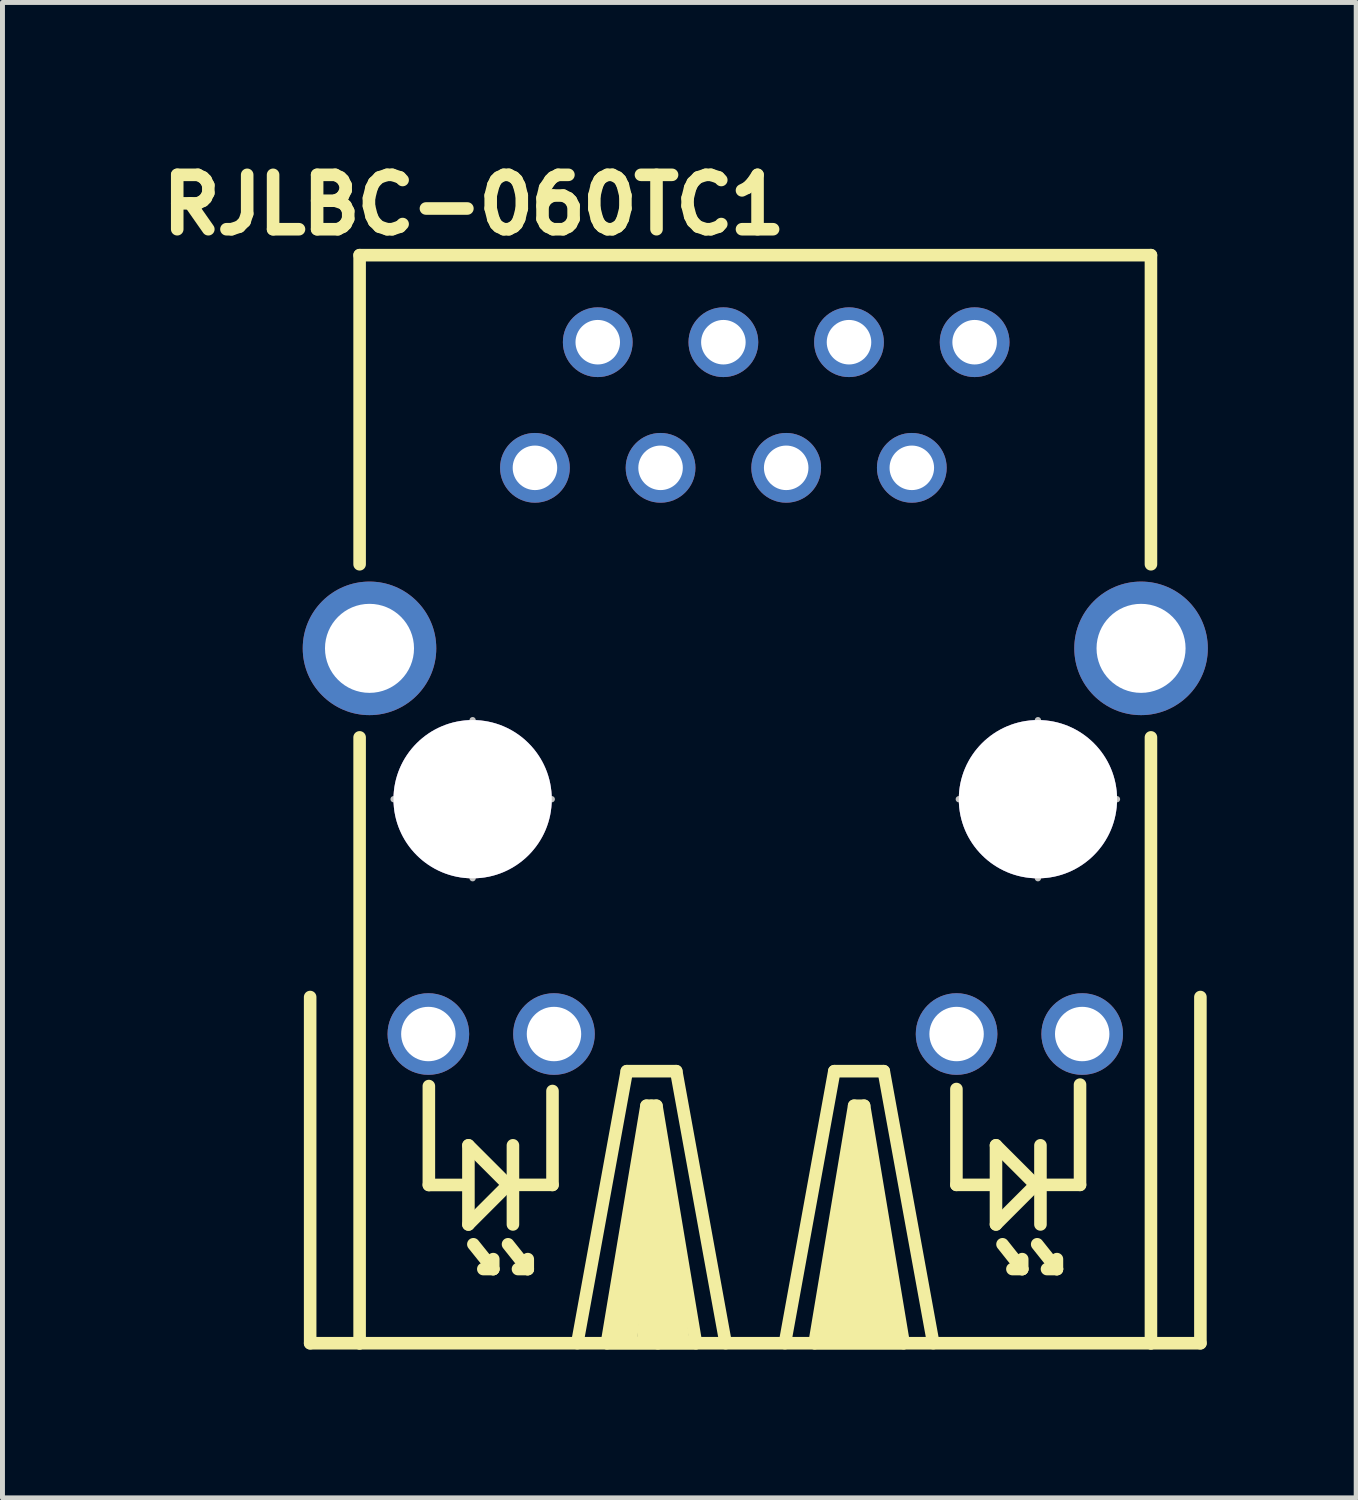
<source format=kicad_pcb>
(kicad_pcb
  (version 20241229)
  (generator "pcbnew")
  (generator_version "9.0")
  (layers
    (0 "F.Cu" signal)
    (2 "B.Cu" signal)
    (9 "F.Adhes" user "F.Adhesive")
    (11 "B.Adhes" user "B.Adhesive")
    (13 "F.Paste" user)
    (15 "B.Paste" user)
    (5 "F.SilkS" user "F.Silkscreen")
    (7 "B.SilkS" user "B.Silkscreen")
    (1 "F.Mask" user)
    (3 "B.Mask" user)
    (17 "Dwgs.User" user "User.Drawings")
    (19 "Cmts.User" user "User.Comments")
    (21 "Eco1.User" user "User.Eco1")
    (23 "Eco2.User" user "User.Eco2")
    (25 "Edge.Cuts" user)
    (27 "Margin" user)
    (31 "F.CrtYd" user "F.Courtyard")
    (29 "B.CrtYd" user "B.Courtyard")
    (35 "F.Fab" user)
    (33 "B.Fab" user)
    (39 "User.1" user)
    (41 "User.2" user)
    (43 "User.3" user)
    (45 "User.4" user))
  (footprint "RJLBC-060TC1"
    (layer "F.Cu")
    (at 12.221 13.109)
    (property "Reference" "RJLBC-060TC1" (at -5.69 -12.02 0) (layer "F.SilkS") (effects (font (size 1.1 1.1) (thickness 0.254))))
    (attr exclude_from_pos_files exclude_from_bom)
    (fp_line (start -9 11) (end -9 4) (stroke (width 0.254) (type solid)) (layer "F.SilkS"))
    (fp_line (start -8 -11) (end 8 -11) (stroke (width 0.254) (type solid)) (layer "F.SilkS"))
    (fp_line (start -8 -4.75) (end -8 -11) (stroke (width 0.254) (type solid)) (layer "F.SilkS"))
    (fp_line (start -8 11) (end -9 11) (stroke (width 0.254) (type solid)) (layer "F.SilkS"))
    (fp_line (start -8 11) (end -8 -1.25) (stroke (width 0.254) (type solid)) (layer "F.SilkS"))
    (fp_line (start -6.6 5.8) (end -6.6 7.8) (stroke (width 0.254) (type solid)) (layer "F.SilkS"))
    (fp_line (start -6.6 7.8) (end -5.9 7.8) (stroke (width 0.254) (type solid)) (layer "F.SilkS"))
    (fp_line (start -5.8 7) (end -5.8 8.6) (stroke (width 0.254) (type solid)) (layer "F.SilkS"))
    (fp_line (start -5.799 6.998) (end -4.999 7.798) (stroke (width 0.254) (type solid)) (layer "F.SilkS"))
    (fp_line (start -5.7 8.999) (end -5.298 9.5) (stroke (width 0.254) (type solid)) (layer "F.SilkS"))
    (fp_line (start -5.298 9.5) (end -5.499 9.5) (stroke (width 0.254) (type solid)) (layer "F.SilkS"))
    (fp_line (start -5.298 9.5) (end -5.298 9.299) (stroke (width 0.254) (type solid)) (layer "F.SilkS"))
    (fp_line (start -4.999 7.798) (end -5.799 8.598) (stroke (width 0.254) (type solid)) (layer "F.SilkS"))
    (fp_line (start -4.999 8.999) (end -4.6 9.5) (stroke (width 0.254) (type solid)) (layer "F.SilkS"))
    (fp_line (start -4.9 6.998) (end -4.9 8.598) (stroke (width 0.254) (type solid)) (layer "F.SilkS"))
    (fp_line (start -4.798 7.798) (end -4.1 7.798) (stroke (width 0.254) (type solid)) (layer "F.SilkS"))
    (fp_line (start -4.6 9.5) (end -4.798 9.5) (stroke (width 0.254) (type solid)) (layer "F.SilkS"))
    (fp_line (start -4.6 9.5) (end -4.6 9.299) (stroke (width 0.254) (type solid)) (layer "F.SilkS"))
    (fp_line (start -4.1 7.8) (end -4.1 5.9) (stroke (width 0.254) (type solid)) (layer "F.SilkS"))
    (fp_line (start -3.599 10.998) (end -2.598 5.499) (stroke (width 0.254) (type solid)) (layer "F.SilkS"))
    (fp_line (start -3 10.998) (end -2.2 6.198) (stroke (width 0.254) (type solid)) (layer "F.SilkS"))
    (fp_line (start -2.598 5.499) (end -1.598 5.499) (stroke (width 0.254) (type solid)) (layer "F.SilkS"))
    (fp_line (start -2.2 6.198) (end -1.999 6.198) (stroke (width 0.254) (type solid)) (layer "F.SilkS"))
    (fp_line (start -2.17 9.36) (end -1.97 11) (stroke (width 0.254) (type solid)) (layer "F.SilkS"))
    (fp_line (start -2.13 7.77) (end -1.77 10.98) (stroke (width 0.254) (type solid)) (layer "F.SilkS"))
    (fp_line (start -2.12 6.96) (end -1.56 10.99) (stroke (width 0.254) (type solid)) (layer "F.SilkS"))
    (fp_line (start -2.11 6.35) (end -2.76 10.98) (stroke (width 0.254) (type solid)) (layer "F.SilkS"))
    (fp_line (start -2.11 7.25) (end -2.52 10.98) (stroke (width 0.254) (type solid)) (layer "F.SilkS"))
    (fp_line (start -2.1 6.2) (end -1.45 10.99) (stroke (width 0.254) (type solid)) (layer "F.SilkS"))
    (fp_line (start -2.08 8.48) (end -2.27 10.99) (stroke (width 0.254) (type solid)) (layer "F.SilkS"))
    (fp_line (start -2 10.13) (end -2.14 10.94) (stroke (width 0.254) (type solid)) (layer "F.SilkS"))
    (fp_line (start -1.999 6.198) (end -1.199 10.998) (stroke (width 0.254) (type solid)) (layer "F.SilkS"))
    (fp_line (start -1.598 5.499) (end -0.599 10.998) (stroke (width 0.254) (type solid)) (layer "F.SilkS"))
    (fp_line (start -1.199 10.998) (end -3 10.998) (stroke (width 0.254) (type solid)) (layer "F.SilkS"))
    (fp_line (start 0.599 10.998) (end 1.598 5.499) (stroke (width 0.254) (type solid)) (layer "F.SilkS"))
    (fp_line (start 1.199 10.998) (end 1.999 6.198) (stroke (width 0.254) (type solid)) (layer "F.SilkS"))
    (fp_line (start 1.598 5.499) (end 2.598 5.499) (stroke (width 0.254) (type solid)) (layer "F.SilkS"))
    (fp_line (start 1.98 9.39) (end 2.26 10.97) (stroke (width 0.254) (type solid)) (layer "F.SilkS"))
    (fp_line (start 1.999 6.198) (end 2.2 6.198) (stroke (width 0.254) (type solid)) (layer "F.SilkS"))
    (fp_line (start 2.02 8.36) (end 2.42 10.93) (stroke (width 0.254) (type solid)) (layer "F.SilkS"))
    (fp_line (start 2.05 8.78) (end 1.9 10.96) (stroke (width 0.254) (type solid)) (layer "F.SilkS"))
    (fp_line (start 2.09 6.39) (end 2.81 10.99) (stroke (width 0.254) (type solid)) (layer "F.SilkS"))
    (fp_line (start 2.09 7.14) (end 2.61 10.87) (stroke (width 0.254) (type solid)) (layer "F.SilkS"))
    (fp_line (start 2.09 10.1) (end 2.09 10.97) (stroke (width 0.254) (type solid)) (layer "F.SilkS"))
    (fp_line (start 2.1 6.56) (end 1.43 10.98) (stroke (width 0.254) (type solid)) (layer "F.SilkS"))
    (fp_line (start 2.15 7.61) (end 1.67 10.97) (stroke (width 0.254) (type solid)) (layer "F.SilkS"))
    (fp_line (start 2.2 6.198) (end 3 10.998) (stroke (width 0.254) (type solid)) (layer "F.SilkS"))
    (fp_line (start 2.598 5.499) (end 3.599 10.998) (stroke (width 0.254) (type solid)) (layer "F.SilkS"))
    (fp_line (start 3 10.998) (end 1.199 10.998) (stroke (width 0.254) (type solid)) (layer "F.SilkS"))
    (fp_line (start 4.067 7.798) (end 4.067 5.86) (stroke (width 0.254) (type solid)) (layer "F.SilkS"))
    (fp_line (start 4.768 7.798) (end 4.067 7.798) (stroke (width 0.254) (type solid)) (layer "F.SilkS"))
    (fp_line (start 4.867 8.598) (end 4.867 6.998) (stroke (width 0.254) (type solid)) (layer "F.SilkS"))
    (fp_line (start 4.867 8.598) (end 5.667 7.798) (stroke (width 0.254) (type solid)) (layer "F.SilkS"))
    (fp_line (start 4.999 8.999) (end 5.397 9.5) (stroke (width 0.254) (type solid)) (layer "F.SilkS"))
    (fp_line (start 5.397 9.5) (end 5.199 9.5) (stroke (width 0.254) (type solid)) (layer "F.SilkS"))
    (fp_line (start 5.397 9.5) (end 5.397 9.299) (stroke (width 0.254) (type solid)) (layer "F.SilkS"))
    (fp_line (start 5.667 7.798) (end 4.867 6.998) (stroke (width 0.254) (type solid)) (layer "F.SilkS"))
    (fp_line (start 5.7 8.999) (end 6.099 9.5) (stroke (width 0.254) (type solid)) (layer "F.SilkS"))
    (fp_line (start 5.766 8.598) (end 5.766 6.998) (stroke (width 0.254) (type solid)) (layer "F.SilkS"))
    (fp_line (start 6.099 9.5) (end 5.898 9.5) (stroke (width 0.254) (type solid)) (layer "F.SilkS"))
    (fp_line (start 6.099 9.5) (end 6.099 9.299) (stroke (width 0.254) (type solid)) (layer "F.SilkS"))
    (fp_line (start 6.566 5.771) (end 6.566 7.798) (stroke (width 0.254) (type solid)) (layer "F.SilkS"))
    (fp_line (start 6.566 7.798) (end 5.867 7.798) (stroke (width 0.254) (type solid)) (layer "F.SilkS"))
    (fp_line (start 8 -11) (end 8 -4.75) (stroke (width 0.254) (type solid)) (layer "F.SilkS"))
    (fp_line (start 8 -1.25) (end 8 11) (stroke (width 0.254) (type solid)) (layer "F.SilkS"))
    (fp_line (start 8 11) (end -8 11) (stroke (width 0.254) (type solid)) (layer "F.SilkS"))
    (fp_line (start 8 11) (end 9 11) (stroke (width 0.254) (type solid)) (layer "F.SilkS"))
    (fp_line (start 9 11) (end 9 4) (stroke (width 0.254) (type solid)) (layer "F.SilkS"))
    (fp_line (start -7.313 0) (end -4.115 0) (stroke (width 0.127) (type solid)) (layer "Dwgs.User"))
    (fp_line (start -5.715 1.598) (end -5.715 -1.598) (stroke (width 0.127) (type solid)) (layer "Dwgs.User"))
    (fp_line (start 4.115 0) (end 7.313 0) (stroke (width 0.127) (type solid)) (layer "Dwgs.User"))
    (fp_line (start 5.715 1.598) (end 5.715 -1.598) (stroke (width 0.127) (type solid)) (layer "Dwgs.User"))
    (fp_circle (center -5.715 0) (end -6.513 0.798) (stroke (width 0.127) (type solid)) (fill no) (layer "Dwgs.User"))
    (fp_circle (center 5.715 0) (end 6.513 0.798) (stroke (width 0.127) (type solid)) (fill no) (layer "Dwgs.User"))
    (pad "1" thru_hole circle (at -4.455 -6.7) (size 1.41 1.41) (drill 0.9) (layers "*.Cu" "*.Mask"))
    (pad "2" thru_hole circle (at -3.185 -9.24) (size 1.41 1.41) (drill 0.9) (layers "*.Cu" "*.Mask"))
    (pad "3" thru_hole circle (at -1.915 -6.7) (size 1.41 1.41) (drill 0.9) (layers "*.Cu" "*.Mask"))
    (pad "4" thru_hole circle (at -0.645 -9.24) (size 1.41 1.41) (drill 0.9) (layers "*.Cu" "*.Mask"))
    (pad "5" thru_hole circle (at 0.625 -6.7) (size 1.41 1.41) (drill 0.9) (layers "*.Cu" "*.Mask"))
    (pad "6" thru_hole circle (at 1.895 -9.24) (size 1.41 1.41) (drill 0.9) (layers "*.Cu" "*.Mask"))
    (pad "7" thru_hole circle (at 3.165 -6.7) (size 1.41 1.41) (drill 0.9) (layers "*.Cu" "*.Mask"))
    (pad "8" thru_hole circle (at 4.435 -9.24) (size 1.41 1.41) (drill 0.9) (layers "*.Cu" "*.Mask"))
    (pad "AG1" thru_hole circle (at 4.07 4.748) (size 1.65 1.65) (drill 1.1) (layers "*.Cu" "*.Mask"))
    (pad "AY1" thru_hole circle (at -6.61 4.748) (size 1.65 1.65) (drill 1.1) (layers "*.Cu" "*.Mask"))
    (pad "Dril" thru_hole circle (at -5.715 0) (size 3.2 3.2) (drill 3.2) (layers "*.Cu" "*.Mask"))
    (pad "Dril" thru_hole circle (at 5.715 0) (size 3.2 3.2) (drill 3.2) (layers "*.Cu" "*.Mask"))
    (pad "GND1" thru_hole circle (at -7.8 -3.05) (size 2.7 2.7) (drill 1.8) (layers "*.Cu" "*.Mask"))
    (pad "GND2" thru_hole circle (at 7.8 -3.05) (size 2.7 2.7) (drill 1.8) (layers "*.Cu" "*.Mask"))
    (pad "KG1" thru_hole circle (at 6.61 4.748) (size 1.65 1.65) (drill 1.1) (layers "*.Cu" "*.Mask"))
    (pad "KY1" thru_hole circle (at -4.07 4.748) (size 1.65 1.65) (drill 1.1) (layers "*.Cu" "*.Mask")))
  (gr_rect
    (start -3 -3)
    (end 24.371 27.236)
    (stroke (width 0.1) (type default))
    (fill no)
    (layer "Edge.Cuts")))
</source>
